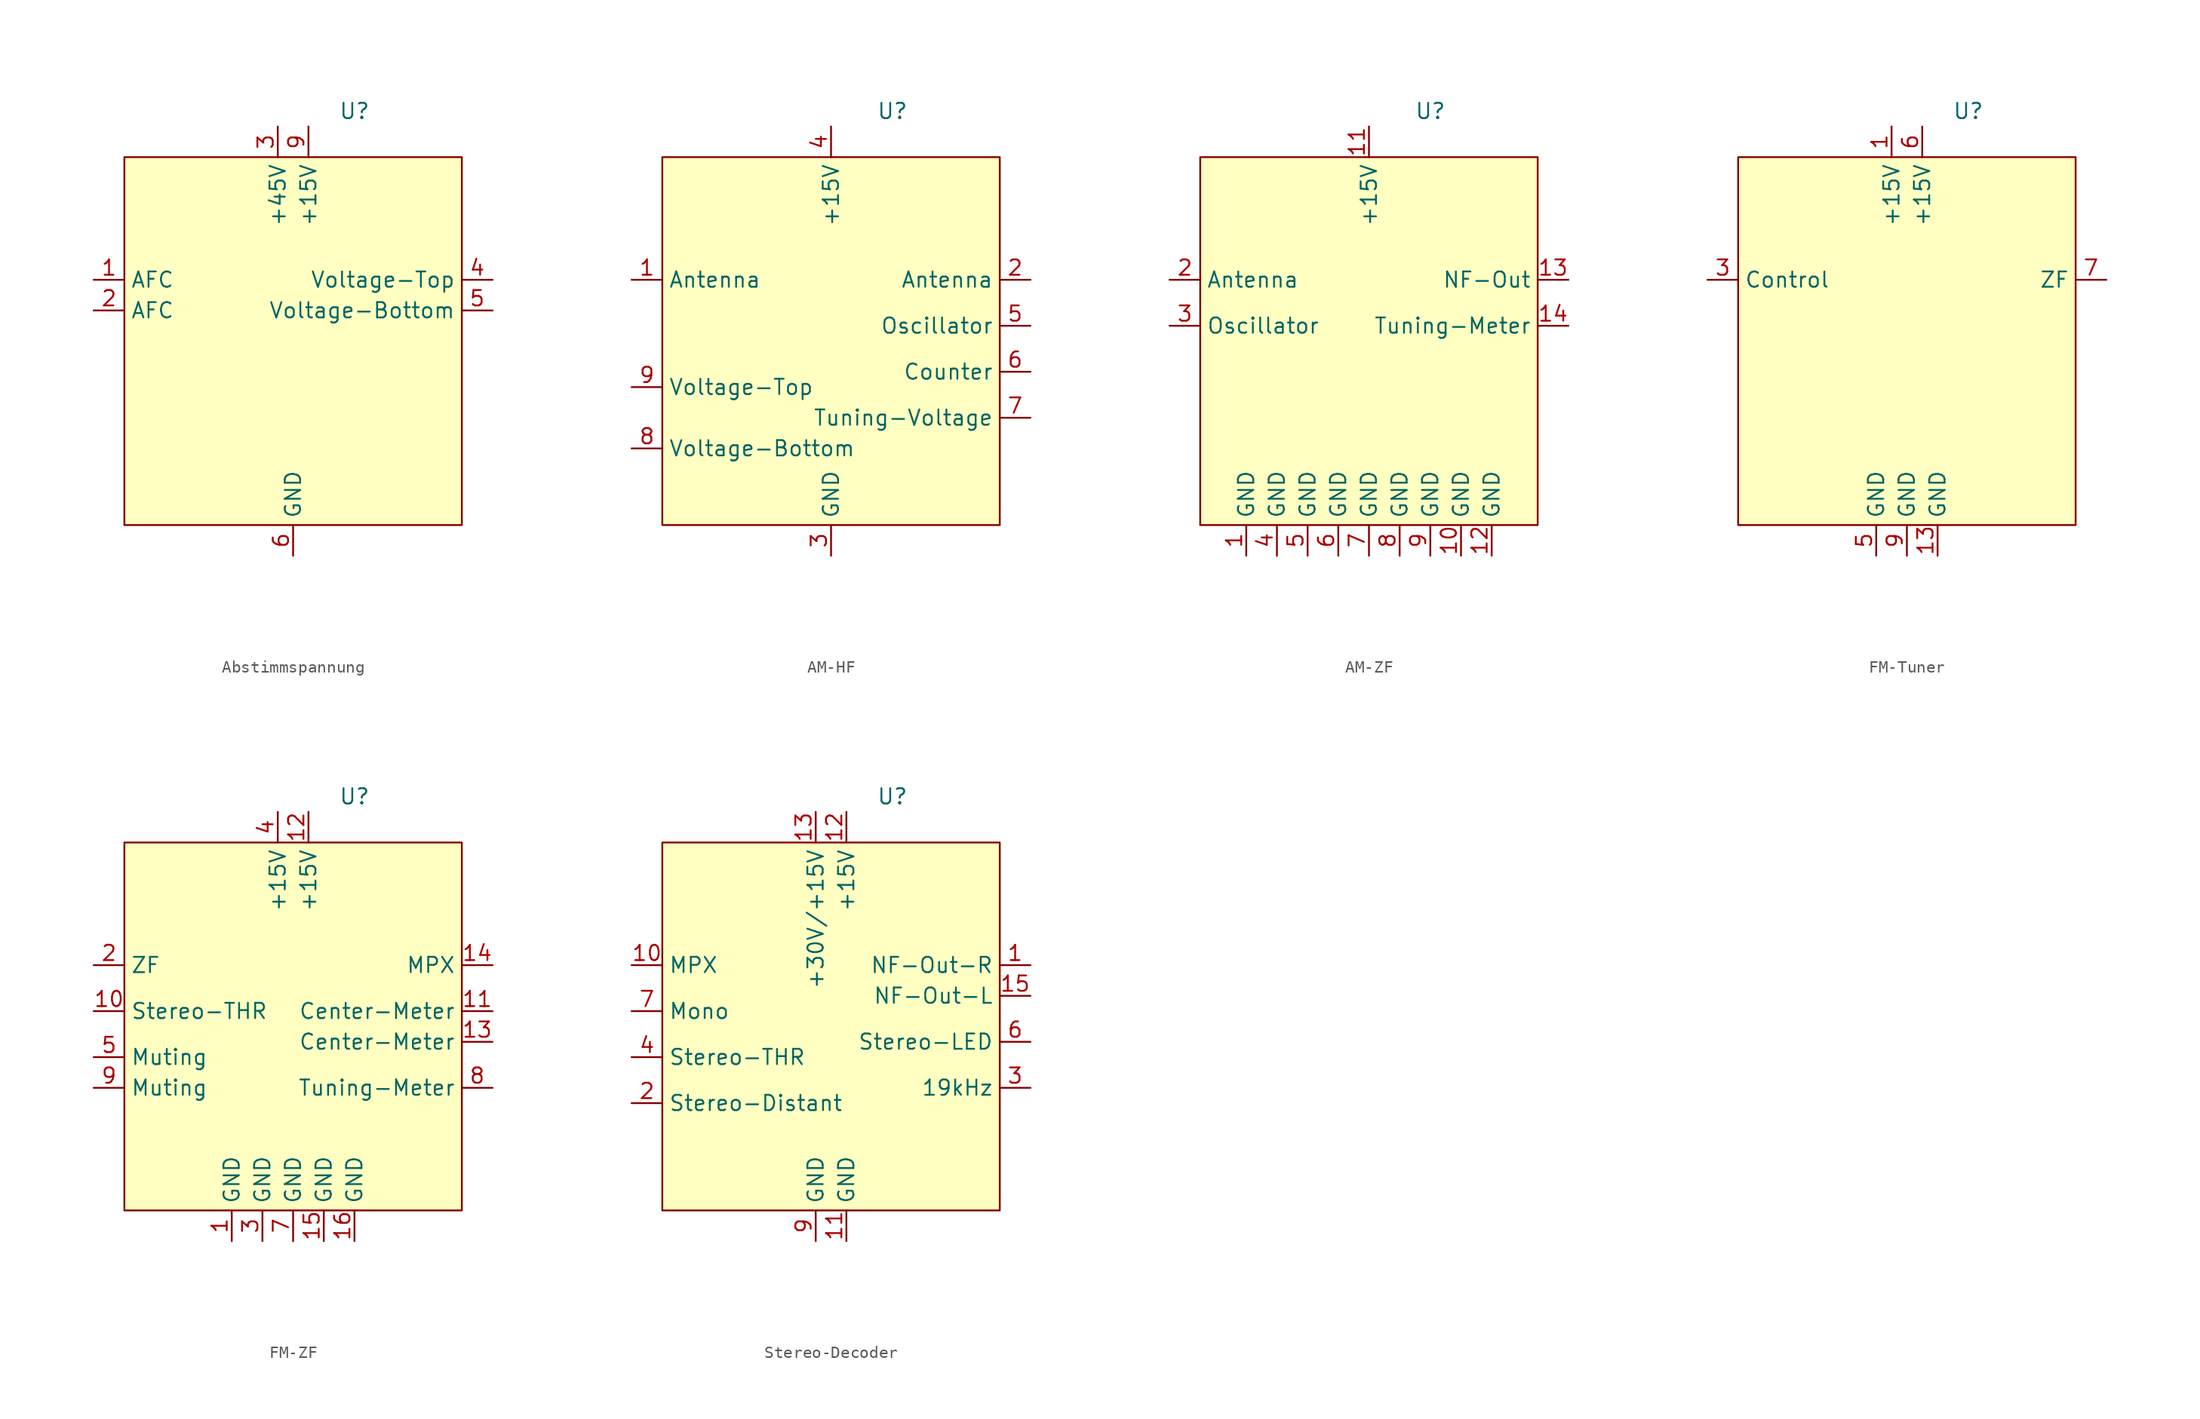
<source format=kicad_sym>
(kicad_symbol_lib
  (version 20220914)
  (generator kicad_symbol_editor)
  (symbol "Abstimmspannung"
    (property "Reference" "U"
      (at 19.05 3.81 0)
      (effects (font (size 1.27 1.27))))
    (property "Value" ""
      (at 7.62 -36.83 0)
      (effects (font (size 1.27 1.27))))
    (symbol "Abstimmspannung_1_1"
      (rectangle (start 0 0) (end 27.94 -30.48) (stroke (width 0) (type default)) (fill (type background)))
      (pin input line (at -2.54 -10.16 0) (length 2.54) (name "AFC" (effects (font (size 1.27 1.27)))) (number "1" (effects (font (size 1.27 1.27)))))
      (pin input line (at -2.54 -12.7 0) (length 2.54) (name "AFC" (effects (font (size 1.27 1.27)))) (number "2" (effects (font (size 1.27 1.27)))))
      (pin power_in line (at 12.7 2.54 270) (length 2.54) (name "+45V" (effects (font (size 1.27 1.27)))) (number "3" (effects (font (size 1.27 1.27)))))
      (pin output line (at 30.48 -10.16 180) (length 2.54) (name "Voltage-Top" (effects (font (size 1.27 1.27)))) (number "4" (effects (font (size 1.27 1.27)))))
      (pin output line (at 30.48 -12.7 180) (length 2.54) (name "Voltage-Bottom" (effects (font (size 1.27 1.27)))) (number "5" (effects (font (size 1.27 1.27)))))
      (pin power_in line (at 13.97 -33.02 90) (length 2.54) (name "GND" (effects (font (size 1.27 1.27)))) (number "6" (effects (font (size 1.27 1.27)))))
      (pin power_in line (at 15.24 2.54 270) (length 2.54) (name "+15V" (effects (font (size 1.27 1.27)))) (number "9" (effects (font (size 1.27 1.27)))))))
  (symbol "AM-HF"
    (property "Reference" "U"
      (at 19.05 3.81 0)
      (effects (font (size 1.27 1.27))))
    (property "Value" ""
      (at 7.62 -36.83 0)
      (effects (font (size 1.27 1.27))))
    (symbol "AM-HF_1_1"
      (rectangle (start 0 0) (end 27.94 -30.48) (stroke (width 0) (type default)) (fill (type background)))
      (pin input line (at -2.54 -10.16 0) (length 2.54) (name "Antenna" (effects (font (size 1.27 1.27)))) (number "1" (effects (font (size 1.27 1.27)))))
      (pin output line (at 30.48 -10.16 180) (length 2.54) (name "Antenna" (effects (font (size 1.27 1.27)))) (number "2" (effects (font (size 1.27 1.27)))))
      (pin power_in line (at 13.97 -33.02 90) (length 2.54) (name "GND" (effects (font (size 1.27 1.27)))) (number "3" (effects (font (size 1.27 1.27)))))
      (pin power_in line (at 13.97 2.54 270) (length 2.54) (name "+15V" (effects (font (size 1.27 1.27)))) (number "4" (effects (font (size 1.27 1.27)))))
      (pin input line (at 30.48 -13.97 180) (length 2.54) (name "Oscillator" (effects (font (size 1.27 1.27)))) (number "5" (effects (font (size 1.27 1.27)))))
      (pin input line (at 30.48 -17.78 180) (length 2.54) (name "Counter" (effects (font (size 1.27 1.27)))) (number "6" (effects (font (size 1.27 1.27)))))
      (pin output line (at 30.48 -21.59 180) (length 2.54) (name "Tuning-Voltage" (effects (font (size 1.27 1.27)))) (number "7" (effects (font (size 1.27 1.27)))))
      (pin input line (at -2.54 -24.13 0) (length 2.54) (name "Voltage-Bottom" (effects (font (size 1.27 1.27)))) (number "8" (effects (font (size 1.27 1.27)))))
      (pin input line (at -2.54 -19.05 0) (length 2.54) (name "Voltage-Top" (effects (font (size 1.27 1.27)))) (number "9" (effects (font (size 1.27 1.27)))))))
  (symbol "AM-ZF"
    (property "Reference" "U"
      (at 19.05 3.81 0)
      (effects (font (size 1.27 1.27))))
    (property "Value" ""
      (at 6.35 -36.83 0)
      (effects (font (size 1.27 1.27))))
    (symbol "AM-ZF_1_1"
      (rectangle (start 0 0) (end 27.94 -30.48) (stroke (width 0) (type default)) (fill (type background)))
      (pin power_in line (at 3.81 -33.02 90) (length 2.54) (name "GND" (effects (font (size 1.27 1.27)))) (number "1" (effects (font (size 1.27 1.27)))))
      (pin power_in line (at 21.59 -33.02 90) (length 2.54) (name "GND" (effects (font (size 1.27 1.27)))) (number "10" (effects (font (size 1.27 1.27)))))
      (pin power_in line (at 13.97 2.54 270) (length 2.54) (name "+15V" (effects (font (size 1.27 1.27)))) (number "11" (effects (font (size 1.27 1.27)))))
      (pin power_in line (at 24.13 -33.02 90) (length 2.54) (name "GND" (effects (font (size 1.27 1.27)))) (number "12" (effects (font (size 1.27 1.27)))))
      (pin output line (at 30.48 -10.16 180) (length 2.54) (name "NF-Out" (effects (font (size 1.27 1.27)))) (number "13" (effects (font (size 1.27 1.27)))))
      (pin output line (at 30.48 -13.97 180) (length 2.54) (name "Tuning-Meter" (effects (font (size 1.27 1.27)))) (number "14" (effects (font (size 1.27 1.27)))))
      (pin input line (at -2.54 -10.16 0) (length 2.54) (name "Antenna" (effects (font (size 1.27 1.27)))) (number "2" (effects (font (size 1.27 1.27)))))
      (pin input line (at -2.54 -13.97 0) (length 2.54) (name "Oscillator" (effects (font (size 1.27 1.27)))) (number "3" (effects (font (size 1.27 1.27)))))
      (pin power_in line (at 6.35 -33.02 90) (length 2.54) (name "GND" (effects (font (size 1.27 1.27)))) (number "4" (effects (font (size 1.27 1.27)))))
      (pin power_in line (at 8.89 -33.02 90) (length 2.54) (name "GND" (effects (font (size 1.27 1.27)))) (number "5" (effects (font (size 1.27 1.27)))))
      (pin power_in line (at 11.43 -33.02 90) (length 2.54) (name "GND" (effects (font (size 1.27 1.27)))) (number "6" (effects (font (size 1.27 1.27)))))
      (pin power_in line (at 13.97 -33.02 90) (length 2.54) (name "GND" (effects (font (size 1.27 1.27)))) (number "7" (effects (font (size 1.27 1.27)))))
      (pin power_in line (at 16.51 -33.02 90) (length 2.54) (name "GND" (effects (font (size 1.27 1.27)))) (number "8" (effects (font (size 1.27 1.27)))))
      (pin power_in line (at 19.05 -33.02 90) (length 2.54) (name "GND" (effects (font (size 1.27 1.27)))) (number "9" (effects (font (size 1.27 1.27)))))))
  (symbol "FM-Tuner"
    (property "Reference" "U"
      (at 19.05 3.81 0)
      (effects (font (size 1.27 1.27))))
    (property "Value" ""
      (at 7.62 -36.83 0)
      (effects (font (size 1.27 1.27))))
    (symbol "FM-Tuner_1_1"
      (rectangle (start 0 0) (end 27.94 -30.48) (stroke (width 0) (type default)) (fill (type background)))
      (pin power_in line (at 12.7 2.54 270) (length 2.54) (name "+15V" (effects (font (size 1.27 1.27)))) (number "1" (effects (font (size 1.27 1.27)))))
      (pin power_in line (at 16.51 -33.02 90) (length 2.54) (name "GND" (effects (font (size 1.27 1.27)))) (number "13" (effects (font (size 1.27 1.27)))))
      (pin input line (at -2.54 -10.16 0) (length 2.54) (name "Control" (effects (font (size 1.27 1.27)))) (number "3" (effects (font (size 1.27 1.27)))))
      (pin power_in line (at 11.43 -33.02 90) (length 2.54) (name "GND" (effects (font (size 1.27 1.27)))) (number "5" (effects (font (size 1.27 1.27)))))
      (pin power_in line (at 15.24 2.54 270) (length 2.54) (name "+15V" (effects (font (size 1.27 1.27)))) (number "6" (effects (font (size 1.27 1.27)))))
      (pin output line (at 30.48 -10.16 180) (length 2.54) (name "ZF" (effects (font (size 1.27 1.27)))) (number "7" (effects (font (size 1.27 1.27)))))
      (pin power_in line (at 13.97 -33.02 90) (length 2.54) (name "GND" (effects (font (size 1.27 1.27)))) (number "9" (effects (font (size 1.27 1.27)))))))
  (symbol "FM-ZF"
    (property "Reference" "U"
      (at 19.05 3.81 0)
      (effects (font (size 1.27 1.27))))
    (property "Value" ""
      (at 6.35 -36.83 0)
      (effects (font (size 1.27 1.27))))
    (symbol "FM-ZF_1_1"
      (rectangle (start 0 0) (end 27.94 -30.48) (stroke (width 0) (type default)) (fill (type background)))
      (pin power_in line (at 8.89 -33.02 90) (length 2.54) (name "GND" (effects (font (size 1.27 1.27)))) (number "1" (effects (font (size 1.27 1.27)))))
      (pin input line (at -2.54 -13.97 0) (length 2.54) (name "Stereo-THR" (effects (font (size 1.27 1.27)))) (number "10" (effects (font (size 1.27 1.27)))))
      (pin output line (at 30.48 -13.97 180) (length 2.54) (name "Center-Meter" (effects (font (size 1.27 1.27)))) (number "11" (effects (font (size 1.27 1.27)))))
      (pin power_in line (at 15.24 2.54 270) (length 2.54) (name "+15V" (effects (font (size 1.27 1.27)))) (number "12" (effects (font (size 1.27 1.27)))))
      (pin output line (at 30.48 -16.51 180) (length 2.54) (name "Center-Meter" (effects (font (size 1.27 1.27)))) (number "13" (effects (font (size 1.27 1.27)))))
      (pin output line (at 30.48 -10.16 180) (length 2.54) (name "MPX" (effects (font (size 1.27 1.27)))) (number "14" (effects (font (size 1.27 1.27)))))
      (pin power_in line (at 16.51 -33.02 90) (length 2.54) (name "GND" (effects (font (size 1.27 1.27)))) (number "15" (effects (font (size 1.27 1.27)))))
      (pin power_in line (at 19.05 -33.02 90) (length 2.54) (name "GND" (effects (font (size 1.27 1.27)))) (number "16" (effects (font (size 1.27 1.27)))))
      (pin input line (at -2.54 -10.16 0) (length 2.54) (name "ZF" (effects (font (size 1.27 1.27)))) (number "2" (effects (font (size 1.27 1.27)))))
      (pin power_in line (at 11.43 -33.02 90) (length 2.54) (name "GND" (effects (font (size 1.27 1.27)))) (number "3" (effects (font (size 1.27 1.27)))))
      (pin power_in line (at 12.7 2.54 270) (length 2.54) (name "+15V" (effects (font (size 1.27 1.27)))) (number "4" (effects (font (size 1.27 1.27)))))
      (pin input line (at -2.54 -17.78 0) (length 2.54) (name "Muting" (effects (font (size 1.27 1.27)))) (number "5" (effects (font (size 1.27 1.27)))))
      (pin power_in line (at 13.97 -33.02 90) (length 2.54) (name "GND" (effects (font (size 1.27 1.27)))) (number "7" (effects (font (size 1.27 1.27)))))
      (pin output line (at 30.48 -20.32 180) (length 2.54) (name "Tuning-Meter" (effects (font (size 1.27 1.27)))) (number "8" (effects (font (size 1.27 1.27)))))
      (pin input line (at -2.54 -20.32 0) (length 2.54) (name "Muting" (effects (font (size 1.27 1.27)))) (number "9" (effects (font (size 1.27 1.27)))))))
  (symbol "Stereo-Decoder"
    (property "Reference" "U"
      (at 19.05 3.81 0)
      (effects (font (size 1.27 1.27))))
    (property "Value" ""
      (at 7.62 -36.83 0)
      (effects (font (size 1.27 1.27))))
    (symbol "Stereo-Decoder_1_1"
      (rectangle (start 0 0) (end 27.94 -30.48) (stroke (width 0) (type default)) (fill (type background)))
      (pin output line (at 30.48 -10.16 180) (length 2.54) (name "NF-Out-R" (effects (font (size 1.27 1.27)))) (number "1" (effects (font (size 1.27 1.27)))))
      (pin input line (at -2.54 -10.16 0) (length 2.54) (name "MPX" (effects (font (size 1.27 1.27)))) (number "10" (effects (font (size 1.27 1.27)))))
      (pin power_in line (at 15.24 -33.02 90) (length 2.54) (name "GND" (effects (font (size 1.27 1.27)))) (number "11" (effects (font (size 1.27 1.27)))))
      (pin power_in line (at 15.24 2.54 270) (length 2.54) (name "+15V" (effects (font (size 1.27 1.27)))) (number "12" (effects (font (size 1.27 1.27)))))
      (pin power_in line (at 12.7 2.54 270) (length 2.54) (name "+30V/+15V" (effects (font (size 1.27 1.27)))) (number "13" (effects (font (size 1.27 1.27)))))
      (pin output line (at 30.48 -12.7 180) (length 2.54) (name "NF-Out-L" (effects (font (size 1.27 1.27)))) (number "15" (effects (font (size 1.27 1.27)))))
      (pin input line (at -2.54 -21.59 0) (length 2.54) (name "Stereo-Distant" (effects (font (size 1.27 1.27)))) (number "2" (effects (font (size 1.27 1.27)))))
      (pin output line (at 30.48 -20.32 180) (length 2.54) (name "19kHz" (effects (font (size 1.27 1.27)))) (number "3" (effects (font (size 1.27 1.27)))))
      (pin input line (at -2.54 -17.78 0) (length 2.54) (name "Stereo-THR" (effects (font (size 1.27 1.27)))) (number "4" (effects (font (size 1.27 1.27)))))
      (pin output line (at 30.48 -16.51 180) (length 2.54) (name "Stereo-LED" (effects (font (size 1.27 1.27)))) (number "6" (effects (font (size 1.27 1.27)))))
      (pin input line (at -2.54 -13.97 0) (length 2.54) (name "Mono" (effects (font (size 1.27 1.27)))) (number "7" (effects (font (size 1.27 1.27)))))
      (pin power_in line (at 12.7 -33.02 90) (length 2.54) (name "GND" (effects (font (size 1.27 1.27)))) (number "9" (effects (font (size 1.27 1.27))))))))
</source>
